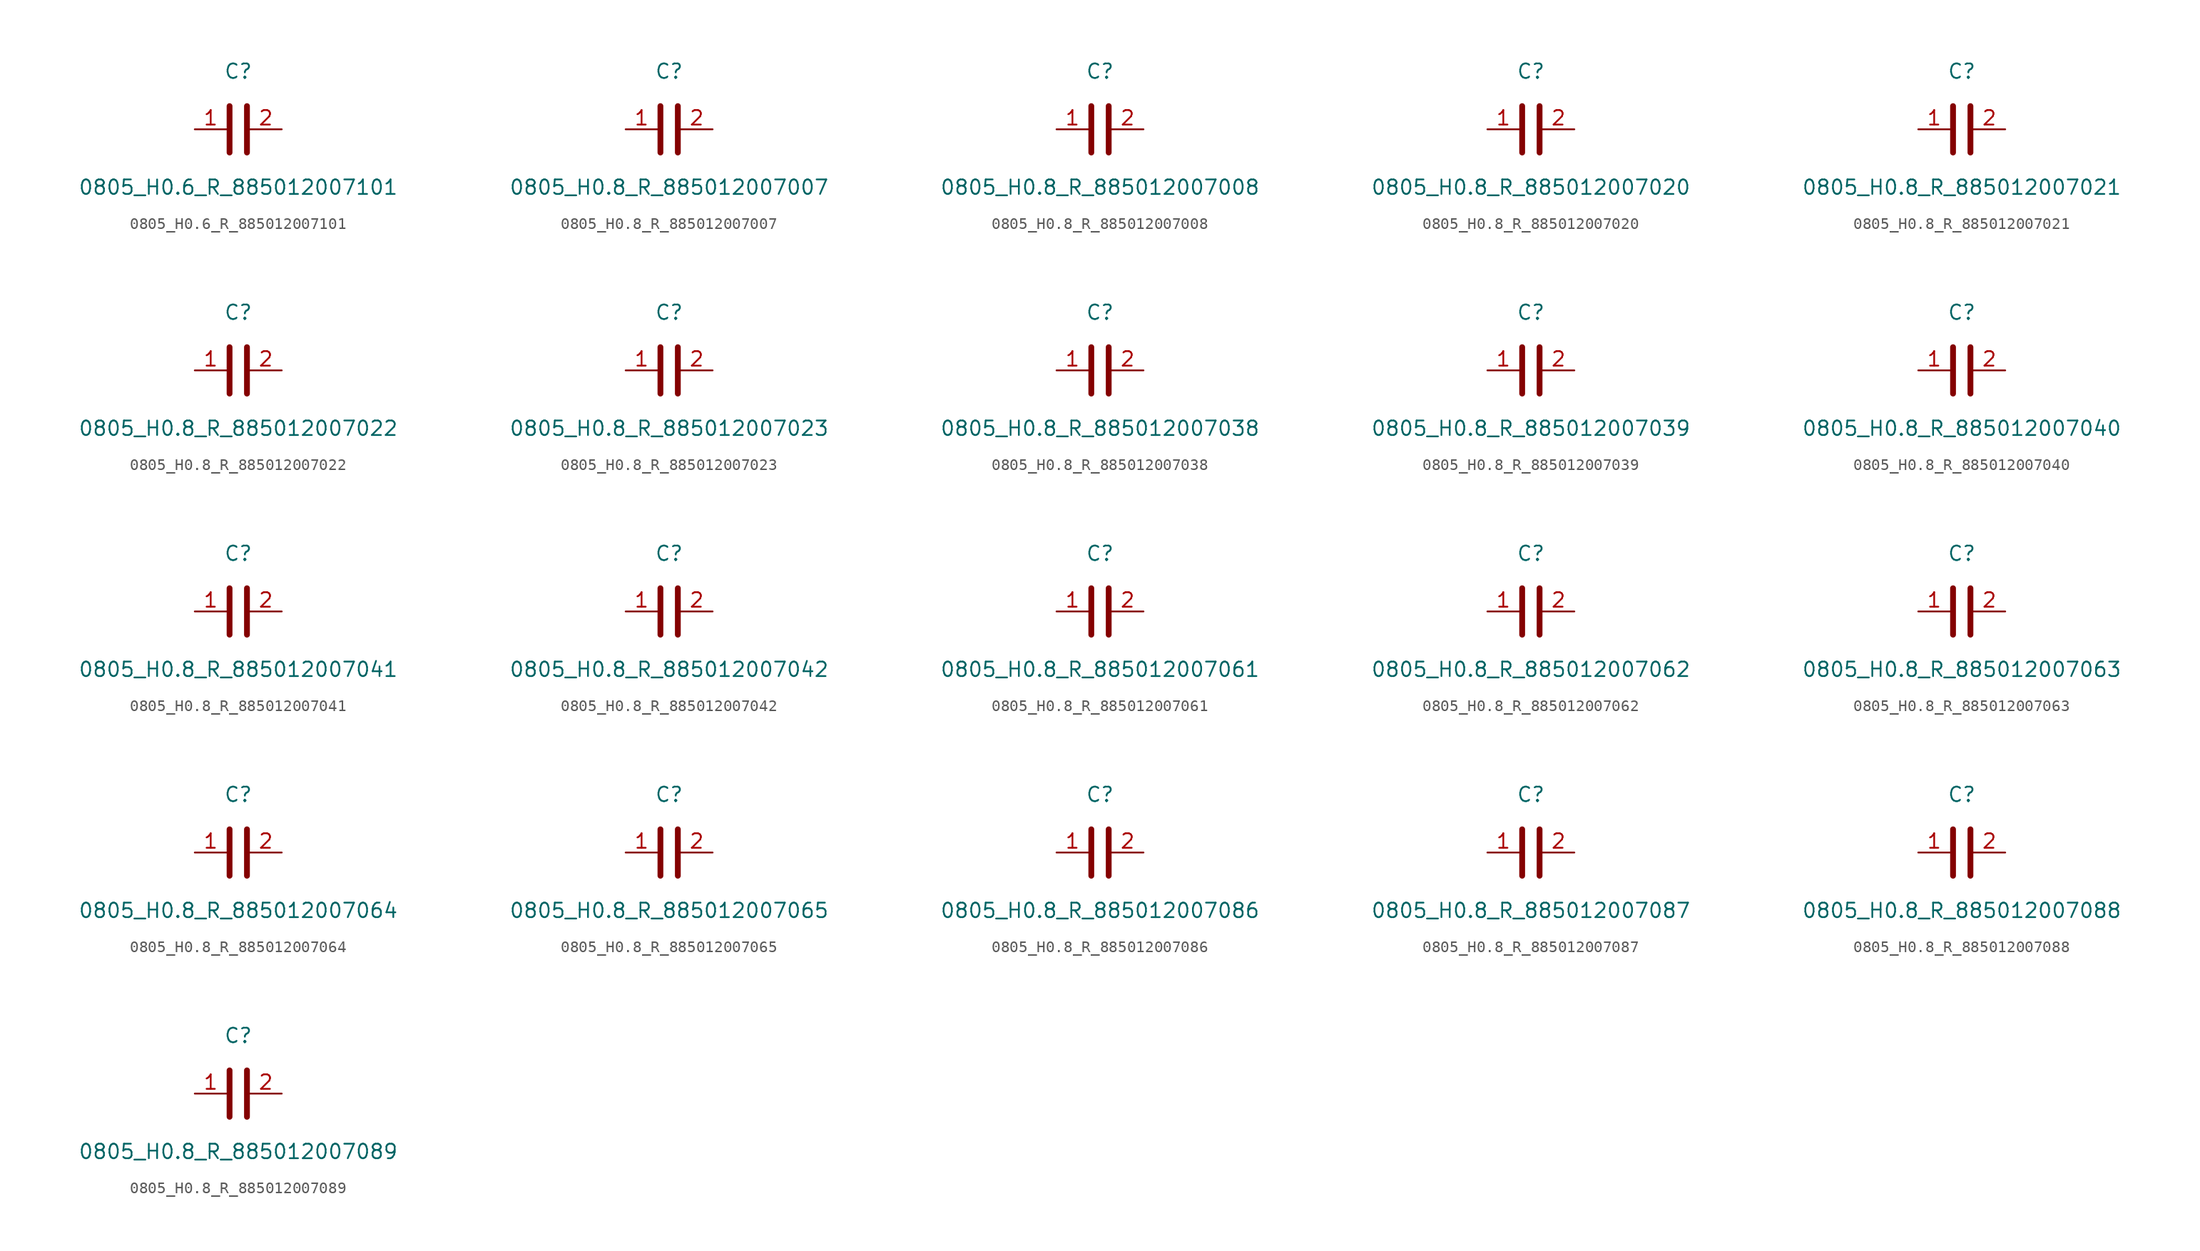
<source format=kicad_sym>
(kicad_symbol_lib
  (version 20220914)
  (generator kicad_symbol_editor)
  (symbol "0805_H0.6_R_885012007101"
    (pin_names hide)
    (property "Reference" "C"
      (at 0 5.08 0)
      (effects (font (size 1.27 1.27))))
    (property "Value" "0805_H0.6_R_885012007101"
      (at 0 -5.08 0)
      (effects (font (size 1.27 1.27))))
    (symbol "0805_H0.6_R_885012007101_0_1"
      (polyline (pts (xy -0.762 -2.032) (xy -0.762 2.032)) (stroke (width 0.508) (type default)) (fill (type none)))
      (polyline (pts (xy 0.762 -2.032) (xy 0.762 2.032)) (stroke (width 0.508) (type default)) (fill (type none))))
    (symbol "0805_H0.6_R_885012007101_1_1"
      (pin passive line (at -3.81 0 0) (length 2.794) (name "1" (effects (font (size 1.27 1.27)))) (number "1" (effects (font (size 1.27 1.27)))))
      (pin passive line (at 3.81 0 180) (length 2.794) (name "2" (effects (font (size 1.27 1.27)))) (number "2" (effects (font (size 1.27 1.27)))))))
  (symbol "0805_H0.8_R_885012007007"
    (pin_names hide)
    (property "Reference" "C"
      (at 0 5.08 0)
      (effects (font (size 1.27 1.27))))
    (property "Value" "0805_H0.8_R_885012007007"
      (at 0 -5.08 0)
      (effects (font (size 1.27 1.27))))
    (symbol "0805_H0.8_R_885012007007_0_1"
      (polyline (pts (xy -0.762 -2.032) (xy -0.762 2.032)) (stroke (width 0.508) (type default)) (fill (type none)))
      (polyline (pts (xy 0.762 -2.032) (xy 0.762 2.032)) (stroke (width 0.508) (type default)) (fill (type none))))
    (symbol "0805_H0.8_R_885012007007_1_1"
      (pin passive line (at -3.81 0 0) (length 2.794) (name "1" (effects (font (size 1.27 1.27)))) (number "1" (effects (font (size 1.27 1.27)))))
      (pin passive line (at 3.81 0 180) (length 2.794) (name "2" (effects (font (size 1.27 1.27)))) (number "2" (effects (font (size 1.27 1.27)))))))
  (symbol "0805_H0.8_R_885012007008"
    (pin_names hide)
    (property "Reference" "C"
      (at 0 5.08 0)
      (effects (font (size 1.27 1.27))))
    (property "Value" "0805_H0.8_R_885012007008"
      (at 0 -5.08 0)
      (effects (font (size 1.27 1.27))))
    (symbol "0805_H0.8_R_885012007008_0_1"
      (polyline (pts (xy -0.762 -2.032) (xy -0.762 2.032)) (stroke (width 0.508) (type default)) (fill (type none)))
      (polyline (pts (xy 0.762 -2.032) (xy 0.762 2.032)) (stroke (width 0.508) (type default)) (fill (type none))))
    (symbol "0805_H0.8_R_885012007008_1_1"
      (pin passive line (at -3.81 0 0) (length 2.794) (name "1" (effects (font (size 1.27 1.27)))) (number "1" (effects (font (size 1.27 1.27)))))
      (pin passive line (at 3.81 0 180) (length 2.794) (name "2" (effects (font (size 1.27 1.27)))) (number "2" (effects (font (size 1.27 1.27)))))))
  (symbol "0805_H0.8_R_885012007020"
    (pin_names hide)
    (property "Reference" "C"
      (at 0 5.08 0)
      (effects (font (size 1.27 1.27))))
    (property "Value" "0805_H0.8_R_885012007020"
      (at 0 -5.08 0)
      (effects (font (size 1.27 1.27))))
    (symbol "0805_H0.8_R_885012007020_0_1"
      (polyline (pts (xy -0.762 -2.032) (xy -0.762 2.032)) (stroke (width 0.508) (type default)) (fill (type none)))
      (polyline (pts (xy 0.762 -2.032) (xy 0.762 2.032)) (stroke (width 0.508) (type default)) (fill (type none))))
    (symbol "0805_H0.8_R_885012007020_1_1"
      (pin passive line (at -3.81 0 0) (length 2.794) (name "1" (effects (font (size 1.27 1.27)))) (number "1" (effects (font (size 1.27 1.27)))))
      (pin passive line (at 3.81 0 180) (length 2.794) (name "2" (effects (font (size 1.27 1.27)))) (number "2" (effects (font (size 1.27 1.27)))))))
  (symbol "0805_H0.8_R_885012007021"
    (pin_names hide)
    (property "Reference" "C"
      (at 0 5.08 0)
      (effects (font (size 1.27 1.27))))
    (property "Value" "0805_H0.8_R_885012007021"
      (at 0 -5.08 0)
      (effects (font (size 1.27 1.27))))
    (symbol "0805_H0.8_R_885012007021_0_1"
      (polyline (pts (xy -0.762 -2.032) (xy -0.762 2.032)) (stroke (width 0.508) (type default)) (fill (type none)))
      (polyline (pts (xy 0.762 -2.032) (xy 0.762 2.032)) (stroke (width 0.508) (type default)) (fill (type none))))
    (symbol "0805_H0.8_R_885012007021_1_1"
      (pin passive line (at -3.81 0 0) (length 2.794) (name "1" (effects (font (size 1.27 1.27)))) (number "1" (effects (font (size 1.27 1.27)))))
      (pin passive line (at 3.81 0 180) (length 2.794) (name "2" (effects (font (size 1.27 1.27)))) (number "2" (effects (font (size 1.27 1.27)))))))
  (symbol "0805_H0.8_R_885012007022"
    (pin_names hide)
    (property "Reference" "C"
      (at 0 5.08 0)
      (effects (font (size 1.27 1.27))))
    (property "Value" "0805_H0.8_R_885012007022"
      (at 0 -5.08 0)
      (effects (font (size 1.27 1.27))))
    (symbol "0805_H0.8_R_885012007022_0_1"
      (polyline (pts (xy -0.762 -2.032) (xy -0.762 2.032)) (stroke (width 0.508) (type default)) (fill (type none)))
      (polyline (pts (xy 0.762 -2.032) (xy 0.762 2.032)) (stroke (width 0.508) (type default)) (fill (type none))))
    (symbol "0805_H0.8_R_885012007022_1_1"
      (pin passive line (at -3.81 0 0) (length 2.794) (name "1" (effects (font (size 1.27 1.27)))) (number "1" (effects (font (size 1.27 1.27)))))
      (pin passive line (at 3.81 0 180) (length 2.794) (name "2" (effects (font (size 1.27 1.27)))) (number "2" (effects (font (size 1.27 1.27)))))))
  (symbol "0805_H0.8_R_885012007023"
    (pin_names hide)
    (property "Reference" "C"
      (at 0 5.08 0)
      (effects (font (size 1.27 1.27))))
    (property "Value" "0805_H0.8_R_885012007023"
      (at 0 -5.08 0)
      (effects (font (size 1.27 1.27))))
    (symbol "0805_H0.8_R_885012007023_0_1"
      (polyline (pts (xy -0.762 -2.032) (xy -0.762 2.032)) (stroke (width 0.508) (type default)) (fill (type none)))
      (polyline (pts (xy 0.762 -2.032) (xy 0.762 2.032)) (stroke (width 0.508) (type default)) (fill (type none))))
    (symbol "0805_H0.8_R_885012007023_1_1"
      (pin passive line (at -3.81 0 0) (length 2.794) (name "1" (effects (font (size 1.27 1.27)))) (number "1" (effects (font (size 1.27 1.27)))))
      (pin passive line (at 3.81 0 180) (length 2.794) (name "2" (effects (font (size 1.27 1.27)))) (number "2" (effects (font (size 1.27 1.27)))))))
  (symbol "0805_H0.8_R_885012007038"
    (pin_names hide)
    (property "Reference" "C"
      (at 0 5.08 0)
      (effects (font (size 1.27 1.27))))
    (property "Value" "0805_H0.8_R_885012007038"
      (at 0 -5.08 0)
      (effects (font (size 1.27 1.27))))
    (symbol "0805_H0.8_R_885012007038_0_1"
      (polyline (pts (xy -0.762 -2.032) (xy -0.762 2.032)) (stroke (width 0.508) (type default)) (fill (type none)))
      (polyline (pts (xy 0.762 -2.032) (xy 0.762 2.032)) (stroke (width 0.508) (type default)) (fill (type none))))
    (symbol "0805_H0.8_R_885012007038_1_1"
      (pin passive line (at -3.81 0 0) (length 2.794) (name "1" (effects (font (size 1.27 1.27)))) (number "1" (effects (font (size 1.27 1.27)))))
      (pin passive line (at 3.81 0 180) (length 2.794) (name "2" (effects (font (size 1.27 1.27)))) (number "2" (effects (font (size 1.27 1.27)))))))
  (symbol "0805_H0.8_R_885012007039"
    (pin_names hide)
    (property "Reference" "C"
      (at 0 5.08 0)
      (effects (font (size 1.27 1.27))))
    (property "Value" "0805_H0.8_R_885012007039"
      (at 0 -5.08 0)
      (effects (font (size 1.27 1.27))))
    (symbol "0805_H0.8_R_885012007039_0_1"
      (polyline (pts (xy -0.762 -2.032) (xy -0.762 2.032)) (stroke (width 0.508) (type default)) (fill (type none)))
      (polyline (pts (xy 0.762 -2.032) (xy 0.762 2.032)) (stroke (width 0.508) (type default)) (fill (type none))))
    (symbol "0805_H0.8_R_885012007039_1_1"
      (pin passive line (at -3.81 0 0) (length 2.794) (name "1" (effects (font (size 1.27 1.27)))) (number "1" (effects (font (size 1.27 1.27)))))
      (pin passive line (at 3.81 0 180) (length 2.794) (name "2" (effects (font (size 1.27 1.27)))) (number "2" (effects (font (size 1.27 1.27)))))))
  (symbol "0805_H0.8_R_885012007040"
    (pin_names hide)
    (property "Reference" "C"
      (at 0 5.08 0)
      (effects (font (size 1.27 1.27))))
    (property "Value" "0805_H0.8_R_885012007040"
      (at 0 -5.08 0)
      (effects (font (size 1.27 1.27))))
    (symbol "0805_H0.8_R_885012007040_0_1"
      (polyline (pts (xy -0.762 -2.032) (xy -0.762 2.032)) (stroke (width 0.508) (type default)) (fill (type none)))
      (polyline (pts (xy 0.762 -2.032) (xy 0.762 2.032)) (stroke (width 0.508) (type default)) (fill (type none))))
    (symbol "0805_H0.8_R_885012007040_1_1"
      (pin passive line (at -3.81 0 0) (length 2.794) (name "1" (effects (font (size 1.27 1.27)))) (number "1" (effects (font (size 1.27 1.27)))))
      (pin passive line (at 3.81 0 180) (length 2.794) (name "2" (effects (font (size 1.27 1.27)))) (number "2" (effects (font (size 1.27 1.27)))))))
  (symbol "0805_H0.8_R_885012007041"
    (pin_names hide)
    (property "Reference" "C"
      (at 0 5.08 0)
      (effects (font (size 1.27 1.27))))
    (property "Value" "0805_H0.8_R_885012007041"
      (at 0 -5.08 0)
      (effects (font (size 1.27 1.27))))
    (symbol "0805_H0.8_R_885012007041_0_1"
      (polyline (pts (xy -0.762 -2.032) (xy -0.762 2.032)) (stroke (width 0.508) (type default)) (fill (type none)))
      (polyline (pts (xy 0.762 -2.032) (xy 0.762 2.032)) (stroke (width 0.508) (type default)) (fill (type none))))
    (symbol "0805_H0.8_R_885012007041_1_1"
      (pin passive line (at -3.81 0 0) (length 2.794) (name "1" (effects (font (size 1.27 1.27)))) (number "1" (effects (font (size 1.27 1.27)))))
      (pin passive line (at 3.81 0 180) (length 2.794) (name "2" (effects (font (size 1.27 1.27)))) (number "2" (effects (font (size 1.27 1.27)))))))
  (symbol "0805_H0.8_R_885012007042"
    (pin_names hide)
    (property "Reference" "C"
      (at 0 5.08 0)
      (effects (font (size 1.27 1.27))))
    (property "Value" "0805_H0.8_R_885012007042"
      (at 0 -5.08 0)
      (effects (font (size 1.27 1.27))))
    (symbol "0805_H0.8_R_885012007042_0_1"
      (polyline (pts (xy -0.762 -2.032) (xy -0.762 2.032)) (stroke (width 0.508) (type default)) (fill (type none)))
      (polyline (pts (xy 0.762 -2.032) (xy 0.762 2.032)) (stroke (width 0.508) (type default)) (fill (type none))))
    (symbol "0805_H0.8_R_885012007042_1_1"
      (pin passive line (at -3.81 0 0) (length 2.794) (name "1" (effects (font (size 1.27 1.27)))) (number "1" (effects (font (size 1.27 1.27)))))
      (pin passive line (at 3.81 0 180) (length 2.794) (name "2" (effects (font (size 1.27 1.27)))) (number "2" (effects (font (size 1.27 1.27)))))))
  (symbol "0805_H0.8_R_885012007061"
    (pin_names hide)
    (property "Reference" "C"
      (at 0 5.08 0)
      (effects (font (size 1.27 1.27))))
    (property "Value" "0805_H0.8_R_885012007061"
      (at 0 -5.08 0)
      (effects (font (size 1.27 1.27))))
    (symbol "0805_H0.8_R_885012007061_0_1"
      (polyline (pts (xy -0.762 -2.032) (xy -0.762 2.032)) (stroke (width 0.508) (type default)) (fill (type none)))
      (polyline (pts (xy 0.762 -2.032) (xy 0.762 2.032)) (stroke (width 0.508) (type default)) (fill (type none))))
    (symbol "0805_H0.8_R_885012007061_1_1"
      (pin passive line (at -3.81 0 0) (length 2.794) (name "1" (effects (font (size 1.27 1.27)))) (number "1" (effects (font (size 1.27 1.27)))))
      (pin passive line (at 3.81 0 180) (length 2.794) (name "2" (effects (font (size 1.27 1.27)))) (number "2" (effects (font (size 1.27 1.27)))))))
  (symbol "0805_H0.8_R_885012007062"
    (pin_names hide)
    (property "Reference" "C"
      (at 0 5.08 0)
      (effects (font (size 1.27 1.27))))
    (property "Value" "0805_H0.8_R_885012007062"
      (at 0 -5.08 0)
      (effects (font (size 1.27 1.27))))
    (symbol "0805_H0.8_R_885012007062_0_1"
      (polyline (pts (xy -0.762 -2.032) (xy -0.762 2.032)) (stroke (width 0.508) (type default)) (fill (type none)))
      (polyline (pts (xy 0.762 -2.032) (xy 0.762 2.032)) (stroke (width 0.508) (type default)) (fill (type none))))
    (symbol "0805_H0.8_R_885012007062_1_1"
      (pin passive line (at -3.81 0 0) (length 2.794) (name "1" (effects (font (size 1.27 1.27)))) (number "1" (effects (font (size 1.27 1.27)))))
      (pin passive line (at 3.81 0 180) (length 2.794) (name "2" (effects (font (size 1.27 1.27)))) (number "2" (effects (font (size 1.27 1.27)))))))
  (symbol "0805_H0.8_R_885012007063"
    (pin_names hide)
    (property "Reference" "C"
      (at 0 5.08 0)
      (effects (font (size 1.27 1.27))))
    (property "Value" "0805_H0.8_R_885012007063"
      (at 0 -5.08 0)
      (effects (font (size 1.27 1.27))))
    (symbol "0805_H0.8_R_885012007063_0_1"
      (polyline (pts (xy -0.762 -2.032) (xy -0.762 2.032)) (stroke (width 0.508) (type default)) (fill (type none)))
      (polyline (pts (xy 0.762 -2.032) (xy 0.762 2.032)) (stroke (width 0.508) (type default)) (fill (type none))))
    (symbol "0805_H0.8_R_885012007063_1_1"
      (pin passive line (at -3.81 0 0) (length 2.794) (name "1" (effects (font (size 1.27 1.27)))) (number "1" (effects (font (size 1.27 1.27)))))
      (pin passive line (at 3.81 0 180) (length 2.794) (name "2" (effects (font (size 1.27 1.27)))) (number "2" (effects (font (size 1.27 1.27)))))))
  (symbol "0805_H0.8_R_885012007064"
    (pin_names hide)
    (property "Reference" "C"
      (at 0 5.08 0)
      (effects (font (size 1.27 1.27))))
    (property "Value" "0805_H0.8_R_885012007064"
      (at 0 -5.08 0)
      (effects (font (size 1.27 1.27))))
    (symbol "0805_H0.8_R_885012007064_0_1"
      (polyline (pts (xy -0.762 -2.032) (xy -0.762 2.032)) (stroke (width 0.508) (type default)) (fill (type none)))
      (polyline (pts (xy 0.762 -2.032) (xy 0.762 2.032)) (stroke (width 0.508) (type default)) (fill (type none))))
    (symbol "0805_H0.8_R_885012007064_1_1"
      (pin passive line (at -3.81 0 0) (length 2.794) (name "1" (effects (font (size 1.27 1.27)))) (number "1" (effects (font (size 1.27 1.27)))))
      (pin passive line (at 3.81 0 180) (length 2.794) (name "2" (effects (font (size 1.27 1.27)))) (number "2" (effects (font (size 1.27 1.27)))))))
  (symbol "0805_H0.8_R_885012007065"
    (pin_names hide)
    (property "Reference" "C"
      (at 0 5.08 0)
      (effects (font (size 1.27 1.27))))
    (property "Value" "0805_H0.8_R_885012007065"
      (at 0 -5.08 0)
      (effects (font (size 1.27 1.27))))
    (symbol "0805_H0.8_R_885012007065_0_1"
      (polyline (pts (xy -0.762 -2.032) (xy -0.762 2.032)) (stroke (width 0.508) (type default)) (fill (type none)))
      (polyline (pts (xy 0.762 -2.032) (xy 0.762 2.032)) (stroke (width 0.508) (type default)) (fill (type none))))
    (symbol "0805_H0.8_R_885012007065_1_1"
      (pin passive line (at -3.81 0 0) (length 2.794) (name "1" (effects (font (size 1.27 1.27)))) (number "1" (effects (font (size 1.27 1.27)))))
      (pin passive line (at 3.81 0 180) (length 2.794) (name "2" (effects (font (size 1.27 1.27)))) (number "2" (effects (font (size 1.27 1.27)))))))
  (symbol "0805_H0.8_R_885012007086"
    (pin_names hide)
    (property "Reference" "C"
      (at 0 5.08 0)
      (effects (font (size 1.27 1.27))))
    (property "Value" "0805_H0.8_R_885012007086"
      (at 0 -5.08 0)
      (effects (font (size 1.27 1.27))))
    (symbol "0805_H0.8_R_885012007086_0_1"
      (polyline (pts (xy -0.762 -2.032) (xy -0.762 2.032)) (stroke (width 0.508) (type default)) (fill (type none)))
      (polyline (pts (xy 0.762 -2.032) (xy 0.762 2.032)) (stroke (width 0.508) (type default)) (fill (type none))))
    (symbol "0805_H0.8_R_885012007086_1_1"
      (pin passive line (at -3.81 0 0) (length 2.794) (name "1" (effects (font (size 1.27 1.27)))) (number "1" (effects (font (size 1.27 1.27)))))
      (pin passive line (at 3.81 0 180) (length 2.794) (name "2" (effects (font (size 1.27 1.27)))) (number "2" (effects (font (size 1.27 1.27)))))))
  (symbol "0805_H0.8_R_885012007087"
    (pin_names hide)
    (property "Reference" "C"
      (at 0 5.08 0)
      (effects (font (size 1.27 1.27))))
    (property "Value" "0805_H0.8_R_885012007087"
      (at 0 -5.08 0)
      (effects (font (size 1.27 1.27))))
    (symbol "0805_H0.8_R_885012007087_0_1"
      (polyline (pts (xy -0.762 -2.032) (xy -0.762 2.032)) (stroke (width 0.508) (type default)) (fill (type none)))
      (polyline (pts (xy 0.762 -2.032) (xy 0.762 2.032)) (stroke (width 0.508) (type default)) (fill (type none))))
    (symbol "0805_H0.8_R_885012007087_1_1"
      (pin passive line (at -3.81 0 0) (length 2.794) (name "1" (effects (font (size 1.27 1.27)))) (number "1" (effects (font (size 1.27 1.27)))))
      (pin passive line (at 3.81 0 180) (length 2.794) (name "2" (effects (font (size 1.27 1.27)))) (number "2" (effects (font (size 1.27 1.27)))))))
  (symbol "0805_H0.8_R_885012007088"
    (pin_names hide)
    (property "Reference" "C"
      (at 0 5.08 0)
      (effects (font (size 1.27 1.27))))
    (property "Value" "0805_H0.8_R_885012007088"
      (at 0 -5.08 0)
      (effects (font (size 1.27 1.27))))
    (symbol "0805_H0.8_R_885012007088_0_1"
      (polyline (pts (xy -0.762 -2.032) (xy -0.762 2.032)) (stroke (width 0.508) (type default)) (fill (type none)))
      (polyline (pts (xy 0.762 -2.032) (xy 0.762 2.032)) (stroke (width 0.508) (type default)) (fill (type none))))
    (symbol "0805_H0.8_R_885012007088_1_1"
      (pin passive line (at -3.81 0 0) (length 2.794) (name "1" (effects (font (size 1.27 1.27)))) (number "1" (effects (font (size 1.27 1.27)))))
      (pin passive line (at 3.81 0 180) (length 2.794) (name "2" (effects (font (size 1.27 1.27)))) (number "2" (effects (font (size 1.27 1.27)))))))
  (symbol "0805_H0.8_R_885012007089"
    (pin_names hide)
    (property "Reference" "C"
      (at 0 5.08 0)
      (effects (font (size 1.27 1.27))))
    (property "Value" "0805_H0.8_R_885012007089"
      (at 0 -5.08 0)
      (effects (font (size 1.27 1.27))))
    (symbol "0805_H0.8_R_885012007089_0_1"
      (polyline (pts (xy -0.762 -2.032) (xy -0.762 2.032)) (stroke (width 0.508) (type default)) (fill (type none)))
      (polyline (pts (xy 0.762 -2.032) (xy 0.762 2.032)) (stroke (width 0.508) (type default)) (fill (type none))))
    (symbol "0805_H0.8_R_885012007089_1_1"
      (pin passive line (at -3.81 0 0) (length 2.794) (name "1" (effects (font (size 1.27 1.27)))) (number "1" (effects (font (size 1.27 1.27)))))
      (pin passive line (at 3.81 0 180) (length 2.794) (name "2" (effects (font (size 1.27 1.27)))) (number "2" (effects (font (size 1.27 1.27))))))))
</source>
